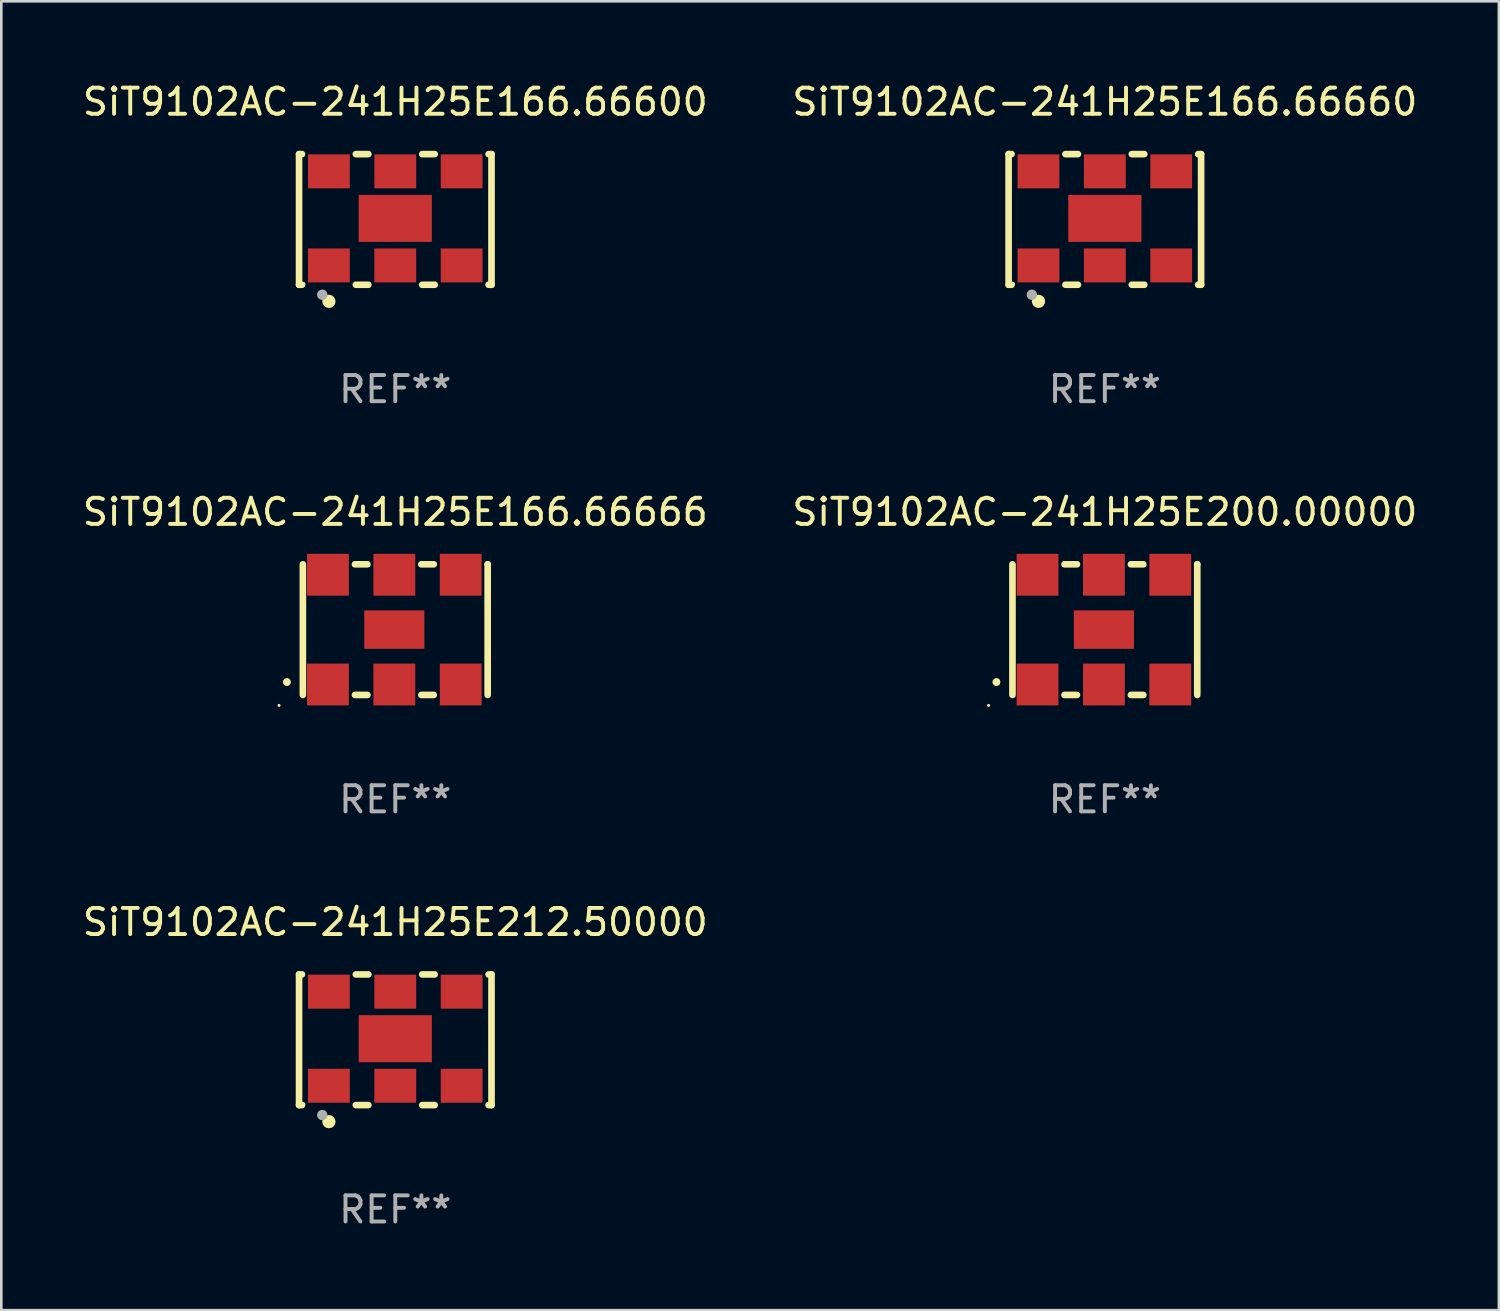
<source format=kicad_pcb>
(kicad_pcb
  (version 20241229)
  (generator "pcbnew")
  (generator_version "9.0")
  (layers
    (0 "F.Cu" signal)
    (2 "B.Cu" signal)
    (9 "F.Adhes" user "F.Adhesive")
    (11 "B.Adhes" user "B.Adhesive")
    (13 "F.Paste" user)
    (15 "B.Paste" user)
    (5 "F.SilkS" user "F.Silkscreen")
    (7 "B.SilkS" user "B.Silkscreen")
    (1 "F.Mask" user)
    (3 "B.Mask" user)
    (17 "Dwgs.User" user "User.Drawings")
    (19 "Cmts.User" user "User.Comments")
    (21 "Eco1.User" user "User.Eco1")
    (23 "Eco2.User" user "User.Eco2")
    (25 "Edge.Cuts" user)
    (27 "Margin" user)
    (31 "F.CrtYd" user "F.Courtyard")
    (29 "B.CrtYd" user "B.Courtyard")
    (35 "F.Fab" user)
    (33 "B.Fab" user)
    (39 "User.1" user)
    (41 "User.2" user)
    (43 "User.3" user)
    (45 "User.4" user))
  (footprint "SiT9102AC-241H25E166.66666"
    (layer "F.Cu")
    (at 12.077 21.045)
    (property "Reference" "SiT9102AC-241H25E166.66666" (at 0 -4.5 0) (layer "F.SilkS") (effects (font (size 1 1) (thickness 0.15))))
    (attr through_hole)
    (fp_line (start -3.536 -2.5) (end -3.536 2.5) (stroke (width 0.254) (type solid)) (layer "F.SilkS"))
    (fp_line (start -1.544 2.5) (end -1.067 2.5) (stroke (width 0.254) (type solid)) (layer "F.SilkS"))
    (fp_line (start -1.067 -2.5) (end -1.544 -2.5) (stroke (width 0.254) (type solid)) (layer "F.SilkS"))
    (fp_line (start 0.996 2.5) (end 1.473 2.5) (stroke (width 0.254) (type solid)) (layer "F.SilkS"))
    (fp_line (start 1.473 -2.5) (end 0.996 -2.5) (stroke (width 0.254) (type solid)) (layer "F.SilkS"))
    (fp_line (start 3.536 -2.5) (end 3.536 -2.5) (stroke (width 0.254) (type solid)) (layer "F.SilkS"))
    (fp_line (start 3.536 2.5) (end 3.536 -2.5) (stroke (width 0.254) (type solid)) (layer "F.SilkS"))
    (fp_arc (start -4.150432 2.006604) (mid -4.149162 2.006599) (end -4.147892 2.006604) (stroke (width 0.3) (type solid)) (layer "F.SilkS"))
    (fp_circle (center -4.449 2.9) (end -4.419 2.9) (stroke (width 0.06) (type solid)) (fill no) (layer "F.SilkS"))
    (fp_text user "REF**" (at 0 6.5 0) (layer "F.Fab") (effects (font (size 1 1) (thickness 0.15))))
    (pad "1" smd rect (at -2.576 2.1) (size 1.6 1.6) (layers "F.Cu" "F.Mask" "F.Paste"))
    (pad "2" smd rect (at -0.036 2.1) (size 1.6 1.6) (layers "F.Cu" "F.Mask" "F.Paste"))
    (pad "3" smd rect (at 2.504 2.1) (size 1.6 1.6) (layers "F.Cu" "F.Mask" "F.Paste"))
    (pad "4" smd rect (at 2.504 -2.1) (size 1.6 1.6) (layers "F.Cu" "F.Mask" "F.Paste"))
    (pad "5" smd rect (at -0.036 -2.1) (size 1.6 1.6) (layers "F.Cu" "F.Mask" "F.Paste"))
    (pad "6" smd rect (at -2.576 -2.1) (size 1.6 1.6) (layers "F.Cu" "F.Mask" "F.Paste"))
    (pad "7" smd rect (at -0.036 0) (size 2.3 1.47) (layers "F.Cu" "F.Mask" "F.Paste")))
  (footprint "SiT9102AC-241H25E166.66660"
    (layer "F.Cu")
    (at 39.232 5.348)
    (property "Reference" "SiT9102AC-241H25E166.66660" (at 0 -4.5 0) (layer "F.SilkS") (effects (font (size 1 1) (thickness 0.15))))
    (attr through_hole)
    (fp_line (start -3.683 -2.5) (end -3.571 -2.5) (stroke (width 0.254) (type solid)) (layer "F.SilkS"))
    (fp_line (start -3.683 2.5) (end -3.683 -2.5) (stroke (width 0.254) (type solid)) (layer "F.SilkS"))
    (fp_line (start -3.683 2.5) (end -3.571 2.5) (stroke (width 0.254) (type solid)) (layer "F.SilkS"))
    (fp_line (start -1.509 -2.5) (end -1.031 -2.5) (stroke (width 0.254) (type solid)) (layer "F.SilkS"))
    (fp_line (start -1.509 2.5) (end -1.031 2.5) (stroke (width 0.254) (type solid)) (layer "F.SilkS"))
    (fp_line (start 1.031 -2.5) (end 1.509 -2.5) (stroke (width 0.254) (type solid)) (layer "F.SilkS"))
    (fp_line (start 1.031 2.5) (end 1.509 2.5) (stroke (width 0.254) (type solid)) (layer "F.SilkS"))
    (fp_line (start 3.571 -2.5) (end 3.683 -2.5) (stroke (width 0.254) (type solid)) (layer "F.SilkS"))
    (fp_line (start 3.571 2.5) (end 3.683 2.5) (stroke (width 0.254) (type solid)) (layer "F.SilkS"))
    (fp_line (start 3.683 2.5) (end 3.683 -2.5) (stroke (width 0.254) (type solid)) (layer "F.SilkS"))
    (fp_circle (center -3.5 2.46) (end -3.47 2.46) (stroke (width 0.06) (type solid)) (fill no) (layer "F.SilkS"))
    (fp_circle (center -2.54 3.135) (end -2.413 3.135) (stroke (width 0.254) (type solid)) (fill no) (layer "F.SilkS"))
    (fp_circle (center -2.794 2.881) (end -2.694 2.881) (stroke (width 0.2) (type solid)) (fill no) (layer "F.Fab"))
    (fp_text user "REF**" (at 0 6.5 0) (layer "F.Fab") (effects (font (size 1 1) (thickness 0.15))))
    (pad "1" smd rect (at -2.54 1.76) (size 1.6 1.3) (layers "F.Cu" "F.Mask" "F.Paste"))
    (pad "2" smd rect (at 0 1.76) (size 1.6 1.3) (layers "F.Cu" "F.Mask" "F.Paste"))
    (pad "3" smd rect (at 2.54 1.76) (size 1.6 1.3) (layers "F.Cu" "F.Mask" "F.Paste"))
    (pad "4" smd rect (at 2.54 -1.84) (size 1.6 1.3) (layers "F.Cu" "F.Mask" "F.Paste"))
    (pad "5" smd rect (at 0 -1.84) (size 1.6 1.3) (layers "F.Cu" "F.Mask" "F.Paste"))
    (pad "6" smd rect (at -2.54 -1.84) (size 1.6 1.3) (layers "F.Cu" "F.Mask" "F.Paste"))
    (pad "7" smd rect (at 0 -0.04) (size 2.8 1.8) (layers "F.Cu" "F.Mask" "F.Paste")))
  (footprint "SiT9102AC-241H25E200.00000"
    (layer "F.Cu")
    (at 39.232 21.045)
    (property "Reference" "SiT9102AC-241H25E200.00000" (at 0 -4.5 0) (layer "F.SilkS") (effects (font (size 1 1) (thickness 0.15))))
    (attr through_hole)
    (fp_line (start -3.536 -2.5) (end -3.536 2.5) (stroke (width 0.254) (type solid)) (layer "F.SilkS"))
    (fp_line (start -1.544 2.5) (end -1.067 2.5) (stroke (width 0.254) (type solid)) (layer "F.SilkS"))
    (fp_line (start -1.067 -2.5) (end -1.544 -2.5) (stroke (width 0.254) (type solid)) (layer "F.SilkS"))
    (fp_line (start 0.996 2.5) (end 1.473 2.5) (stroke (width 0.254) (type solid)) (layer "F.SilkS"))
    (fp_line (start 1.473 -2.5) (end 0.996 -2.5) (stroke (width 0.254) (type solid)) (layer "F.SilkS"))
    (fp_line (start 3.536 -2.5) (end 3.536 -2.5) (stroke (width 0.254) (type solid)) (layer "F.SilkS"))
    (fp_line (start 3.536 2.5) (end 3.536 -2.5) (stroke (width 0.254) (type solid)) (layer "F.SilkS"))
    (fp_arc (start -4.150432 2.006604) (mid -4.149162 2.006599) (end -4.147892 2.006604) (stroke (width 0.3) (type solid)) (layer "F.SilkS"))
    (fp_circle (center -4.449 2.9) (end -4.419 2.9) (stroke (width 0.06) (type solid)) (fill no) (layer "F.SilkS"))
    (fp_text user "REF**" (at 0 6.5 0) (layer "F.Fab") (effects (font (size 1 1) (thickness 0.15))))
    (pad "1" smd rect (at -2.576 2.1) (size 1.6 1.6) (layers "F.Cu" "F.Mask" "F.Paste"))
    (pad "2" smd rect (at -0.036 2.1) (size 1.6 1.6) (layers "F.Cu" "F.Mask" "F.Paste"))
    (pad "3" smd rect (at 2.504 2.1) (size 1.6 1.6) (layers "F.Cu" "F.Mask" "F.Paste"))
    (pad "4" smd rect (at 2.504 -2.1) (size 1.6 1.6) (layers "F.Cu" "F.Mask" "F.Paste"))
    (pad "5" smd rect (at -0.036 -2.1) (size 1.6 1.6) (layers "F.Cu" "F.Mask" "F.Paste"))
    (pad "6" smd rect (at -2.576 -2.1) (size 1.6 1.6) (layers "F.Cu" "F.Mask" "F.Paste"))
    (pad "7" smd rect (at -0.036 0) (size 2.3 1.47) (layers "F.Cu" "F.Mask" "F.Paste")))
  (footprint "SiT9102AC-241H25E212.50000"
    (layer "F.Cu")
    (at 12.077 36.741)
    (property "Reference" "SiT9102AC-241H25E212.50000" (at 0 -4.5 0) (layer "F.SilkS") (effects (font (size 1 1) (thickness 0.15))))
    (attr through_hole)
    (fp_line (start -3.683 -2.5) (end -3.571 -2.5) (stroke (width 0.254) (type solid)) (layer "F.SilkS"))
    (fp_line (start -3.683 2.5) (end -3.683 -2.5) (stroke (width 0.254) (type solid)) (layer "F.SilkS"))
    (fp_line (start -3.683 2.5) (end -3.571 2.5) (stroke (width 0.254) (type solid)) (layer "F.SilkS"))
    (fp_line (start -1.509 -2.5) (end -1.031 -2.5) (stroke (width 0.254) (type solid)) (layer "F.SilkS"))
    (fp_line (start -1.509 2.5) (end -1.031 2.5) (stroke (width 0.254) (type solid)) (layer "F.SilkS"))
    (fp_line (start 1.031 -2.5) (end 1.509 -2.5) (stroke (width 0.254) (type solid)) (layer "F.SilkS"))
    (fp_line (start 1.031 2.5) (end 1.509 2.5) (stroke (width 0.254) (type solid)) (layer "F.SilkS"))
    (fp_line (start 3.571 -2.5) (end 3.683 -2.5) (stroke (width 0.254) (type solid)) (layer "F.SilkS"))
    (fp_line (start 3.571 2.5) (end 3.683 2.5) (stroke (width 0.254) (type solid)) (layer "F.SilkS"))
    (fp_line (start 3.683 2.5) (end 3.683 -2.5) (stroke (width 0.254) (type solid)) (layer "F.SilkS"))
    (fp_circle (center -3.5 2.46) (end -3.47 2.46) (stroke (width 0.06) (type solid)) (fill no) (layer "F.SilkS"))
    (fp_circle (center -2.54 3.135) (end -2.413 3.135) (stroke (width 0.254) (type solid)) (fill no) (layer "F.SilkS"))
    (fp_circle (center -2.794 2.881) (end -2.694 2.881) (stroke (width 0.2) (type solid)) (fill no) (layer "F.Fab"))
    (fp_text user "REF**" (at 0 6.5 0) (layer "F.Fab") (effects (font (size 1 1) (thickness 0.15))))
    (pad "1" smd rect (at -2.54 1.76) (size 1.6 1.3) (layers "F.Cu" "F.Mask" "F.Paste"))
    (pad "2" smd rect (at 0 1.76) (size 1.6 1.3) (layers "F.Cu" "F.Mask" "F.Paste"))
    (pad "3" smd rect (at 2.54 1.76) (size 1.6 1.3) (layers "F.Cu" "F.Mask" "F.Paste"))
    (pad "4" smd rect (at 2.54 -1.84) (size 1.6 1.3) (layers "F.Cu" "F.Mask" "F.Paste"))
    (pad "5" smd rect (at 0 -1.84) (size 1.6 1.3) (layers "F.Cu" "F.Mask" "F.Paste"))
    (pad "6" smd rect (at -2.54 -1.84) (size 1.6 1.3) (layers "F.Cu" "F.Mask" "F.Paste"))
    (pad "7" smd rect (at 0 -0.04) (size 2.8 1.8) (layers "F.Cu" "F.Mask" "F.Paste")))
  (footprint "SiT9102AC-241H25E166.66600"
    (layer "F.Cu")
    (at 12.077 5.348)
    (property "Reference" "SiT9102AC-241H25E166.66600" (at 0 -4.5 0) (layer "F.SilkS") (effects (font (size 1 1) (thickness 0.15))))
    (attr through_hole)
    (fp_line (start -3.683 -2.5) (end -3.571 -2.5) (stroke (width 0.254) (type solid)) (layer "F.SilkS"))
    (fp_line (start -3.683 2.5) (end -3.683 -2.5) (stroke (width 0.254) (type solid)) (layer "F.SilkS"))
    (fp_line (start -3.683 2.5) (end -3.571 2.5) (stroke (width 0.254) (type solid)) (layer "F.SilkS"))
    (fp_line (start -1.509 -2.5) (end -1.031 -2.5) (stroke (width 0.254) (type solid)) (layer "F.SilkS"))
    (fp_line (start -1.509 2.5) (end -1.031 2.5) (stroke (width 0.254) (type solid)) (layer "F.SilkS"))
    (fp_line (start 1.031 -2.5) (end 1.509 -2.5) (stroke (width 0.254) (type solid)) (layer "F.SilkS"))
    (fp_line (start 1.031 2.5) (end 1.509 2.5) (stroke (width 0.254) (type solid)) (layer "F.SilkS"))
    (fp_line (start 3.571 -2.5) (end 3.683 -2.5) (stroke (width 0.254) (type solid)) (layer "F.SilkS"))
    (fp_line (start 3.571 2.5) (end 3.683 2.5) (stroke (width 0.254) (type solid)) (layer "F.SilkS"))
    (fp_line (start 3.683 2.5) (end 3.683 -2.5) (stroke (width 0.254) (type solid)) (layer "F.SilkS"))
    (fp_circle (center -3.5 2.46) (end -3.47 2.46) (stroke (width 0.06) (type solid)) (fill no) (layer "F.SilkS"))
    (fp_circle (center -2.54 3.135) (end -2.413 3.135) (stroke (width 0.254) (type solid)) (fill no) (layer "F.SilkS"))
    (fp_circle (center -2.794 2.881) (end -2.694 2.881) (stroke (width 0.2) (type solid)) (fill no) (layer "F.Fab"))
    (fp_text user "REF**" (at 0 6.5 0) (layer "F.Fab") (effects (font (size 1 1) (thickness 0.15))))
    (pad "1" smd rect (at -2.54 1.76) (size 1.6 1.3) (layers "F.Cu" "F.Mask" "F.Paste"))
    (pad "2" smd rect (at 0 1.76) (size 1.6 1.3) (layers "F.Cu" "F.Mask" "F.Paste"))
    (pad "3" smd rect (at 2.54 1.76) (size 1.6 1.3) (layers "F.Cu" "F.Mask" "F.Paste"))
    (pad "4" smd rect (at 2.54 -1.84) (size 1.6 1.3) (layers "F.Cu" "F.Mask" "F.Paste"))
    (pad "5" smd rect (at 0 -1.84) (size 1.6 1.3) (layers "F.Cu" "F.Mask" "F.Paste"))
    (pad "6" smd rect (at -2.54 -1.84) (size 1.6 1.3) (layers "F.Cu" "F.Mask" "F.Paste"))
    (pad "7" smd rect (at 0 -0.04) (size 2.8 1.8) (layers "F.Cu" "F.Mask" "F.Paste")))
  (gr_rect
    (start -3 -3)
    (end 54.31 47.09)
    (stroke (width 0.1) (type default))
    (fill no)
    (layer "Edge.Cuts")))
</source>
